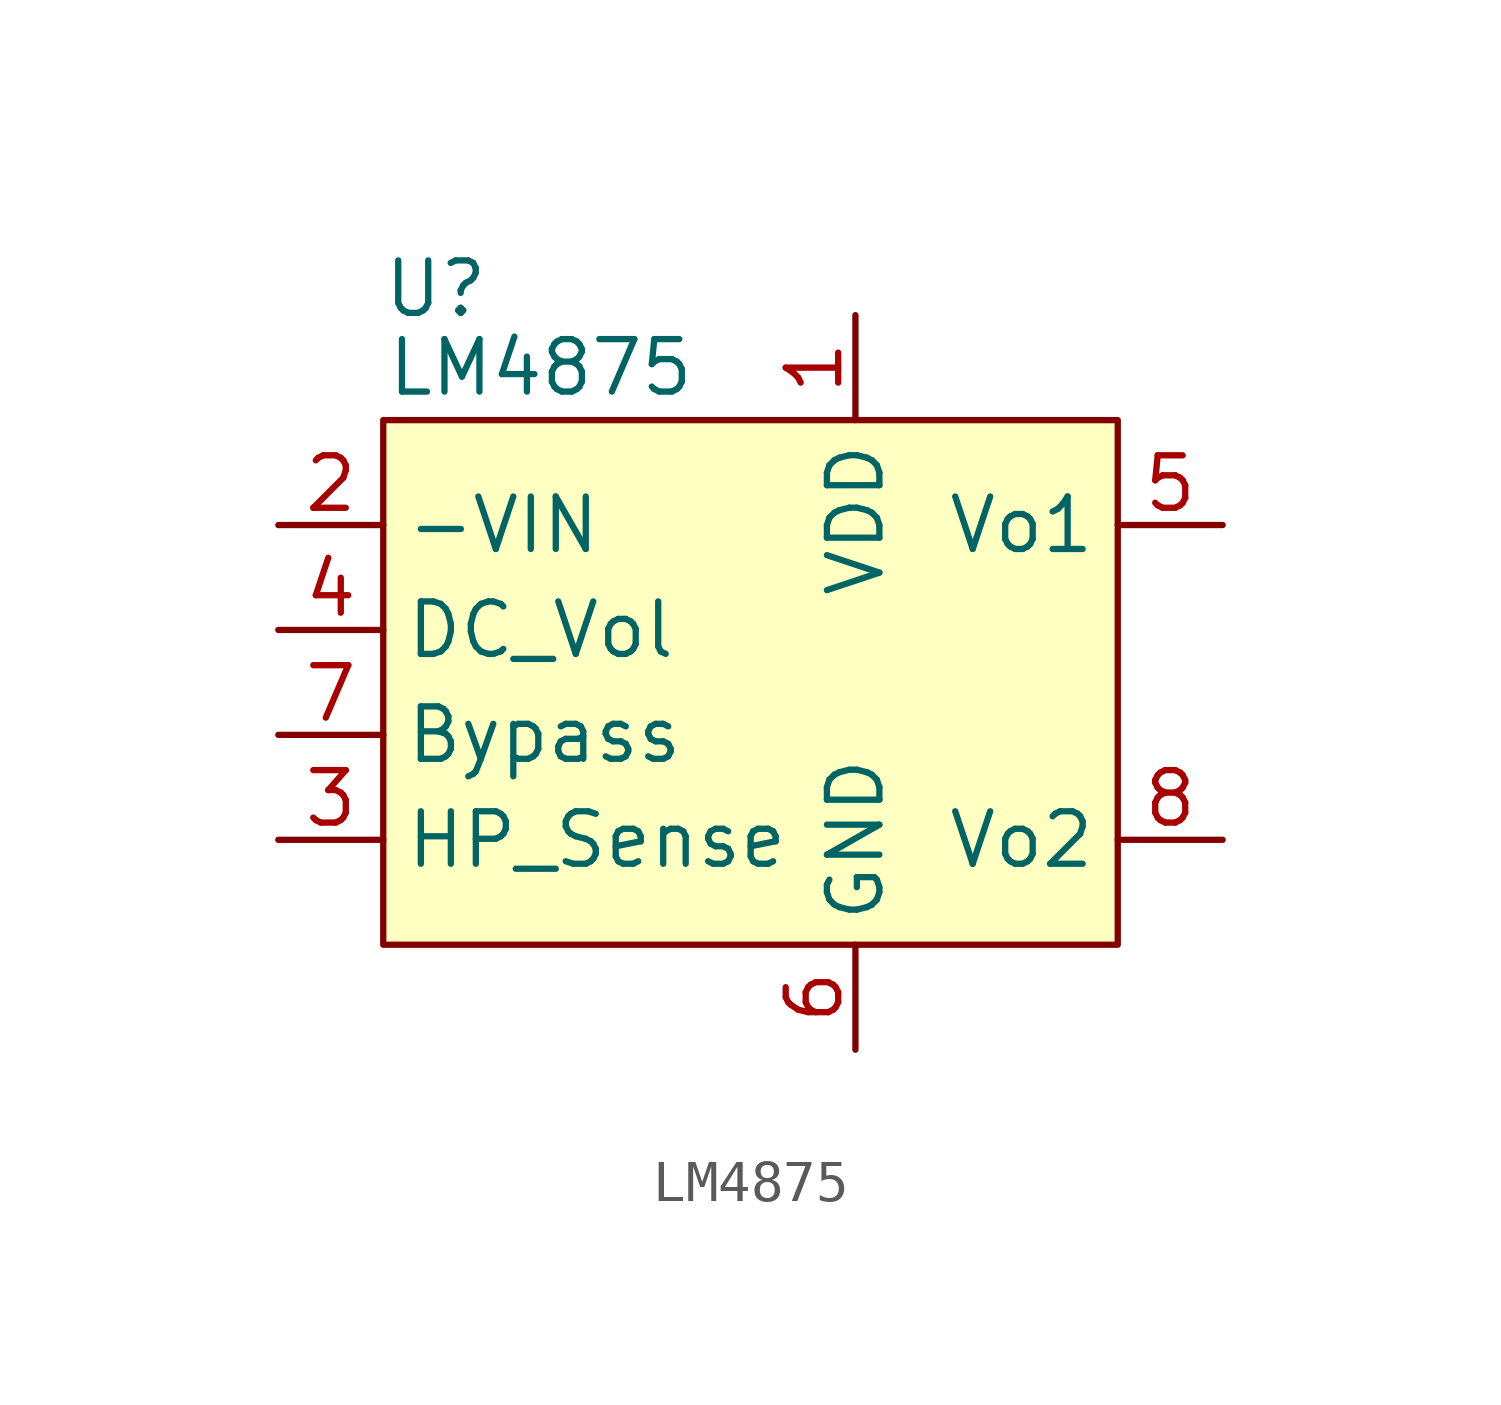
<source format=kicad_sym>
(kicad_symbol_lib
  (version 20231120)
  (generator "kicad_symbol_editor")
  (generator_version "8.0")
  (symbol "LM4875"
    (property "Reference" "U"
      (at -10.16 9.525 0)
      (effects (font (size 1.27 1.27))))
    (property "Value" "LM4875"
      (at -7.62 7.62 0)
      (effects (font (size 1.27 1.27))))
    (symbol "LM4875_0_1"
      (rectangle (start -11.43 6.35) (end 6.35 -6.35) (stroke (width 0) (type default)) (fill (type background))))
    (symbol "LM4875_1_1"
      (pin power_in line (at 0 8.89 270) (length 2.54) (name "VDD" (effects (font (size 1.27 1.27)))) (number "1" (effects (font (size 1.27 1.27)))))
      (pin input line (at -13.97 3.81 0) (length 2.54) (name "-VIN" (effects (font (size 1.27 1.27)))) (number "2" (effects (font (size 1.27 1.27)))))
      (pin input line (at -13.97 -3.81 0) (length 2.54) (name "HP_Sense" (effects (font (size 1.27 1.27)))) (number "3" (effects (font (size 1.27 1.27)))))
      (pin input line (at -13.97 1.27 0) (length 2.54) (name "DC_Vol" (effects (font (size 1.27 1.27)))) (number "4" (effects (font (size 1.27 1.27)))))
      (pin output line (at 8.89 3.81 180) (length 2.54) (name "Vo1" (effects (font (size 1.27 1.27)))) (number "5" (effects (font (size 1.27 1.27)))))
      (pin power_in line (at 0 -8.89 90) (length 2.54) (name "GND" (effects (font (size 1.27 1.27)))) (number "6" (effects (font (size 1.27 1.27)))))
      (pin input line (at -13.97 -1.27 0) (length 2.54) (name "Bypass" (effects (font (size 1.27 1.27)))) (number "7" (effects (font (size 1.27 1.27)))))
      (pin output line (at 8.89 -3.81 180) (length 2.54) (name "Vo2" (effects (font (size 1.27 1.27)))) (number "8" (effects (font (size 1.27 1.27))))))))
</source>
